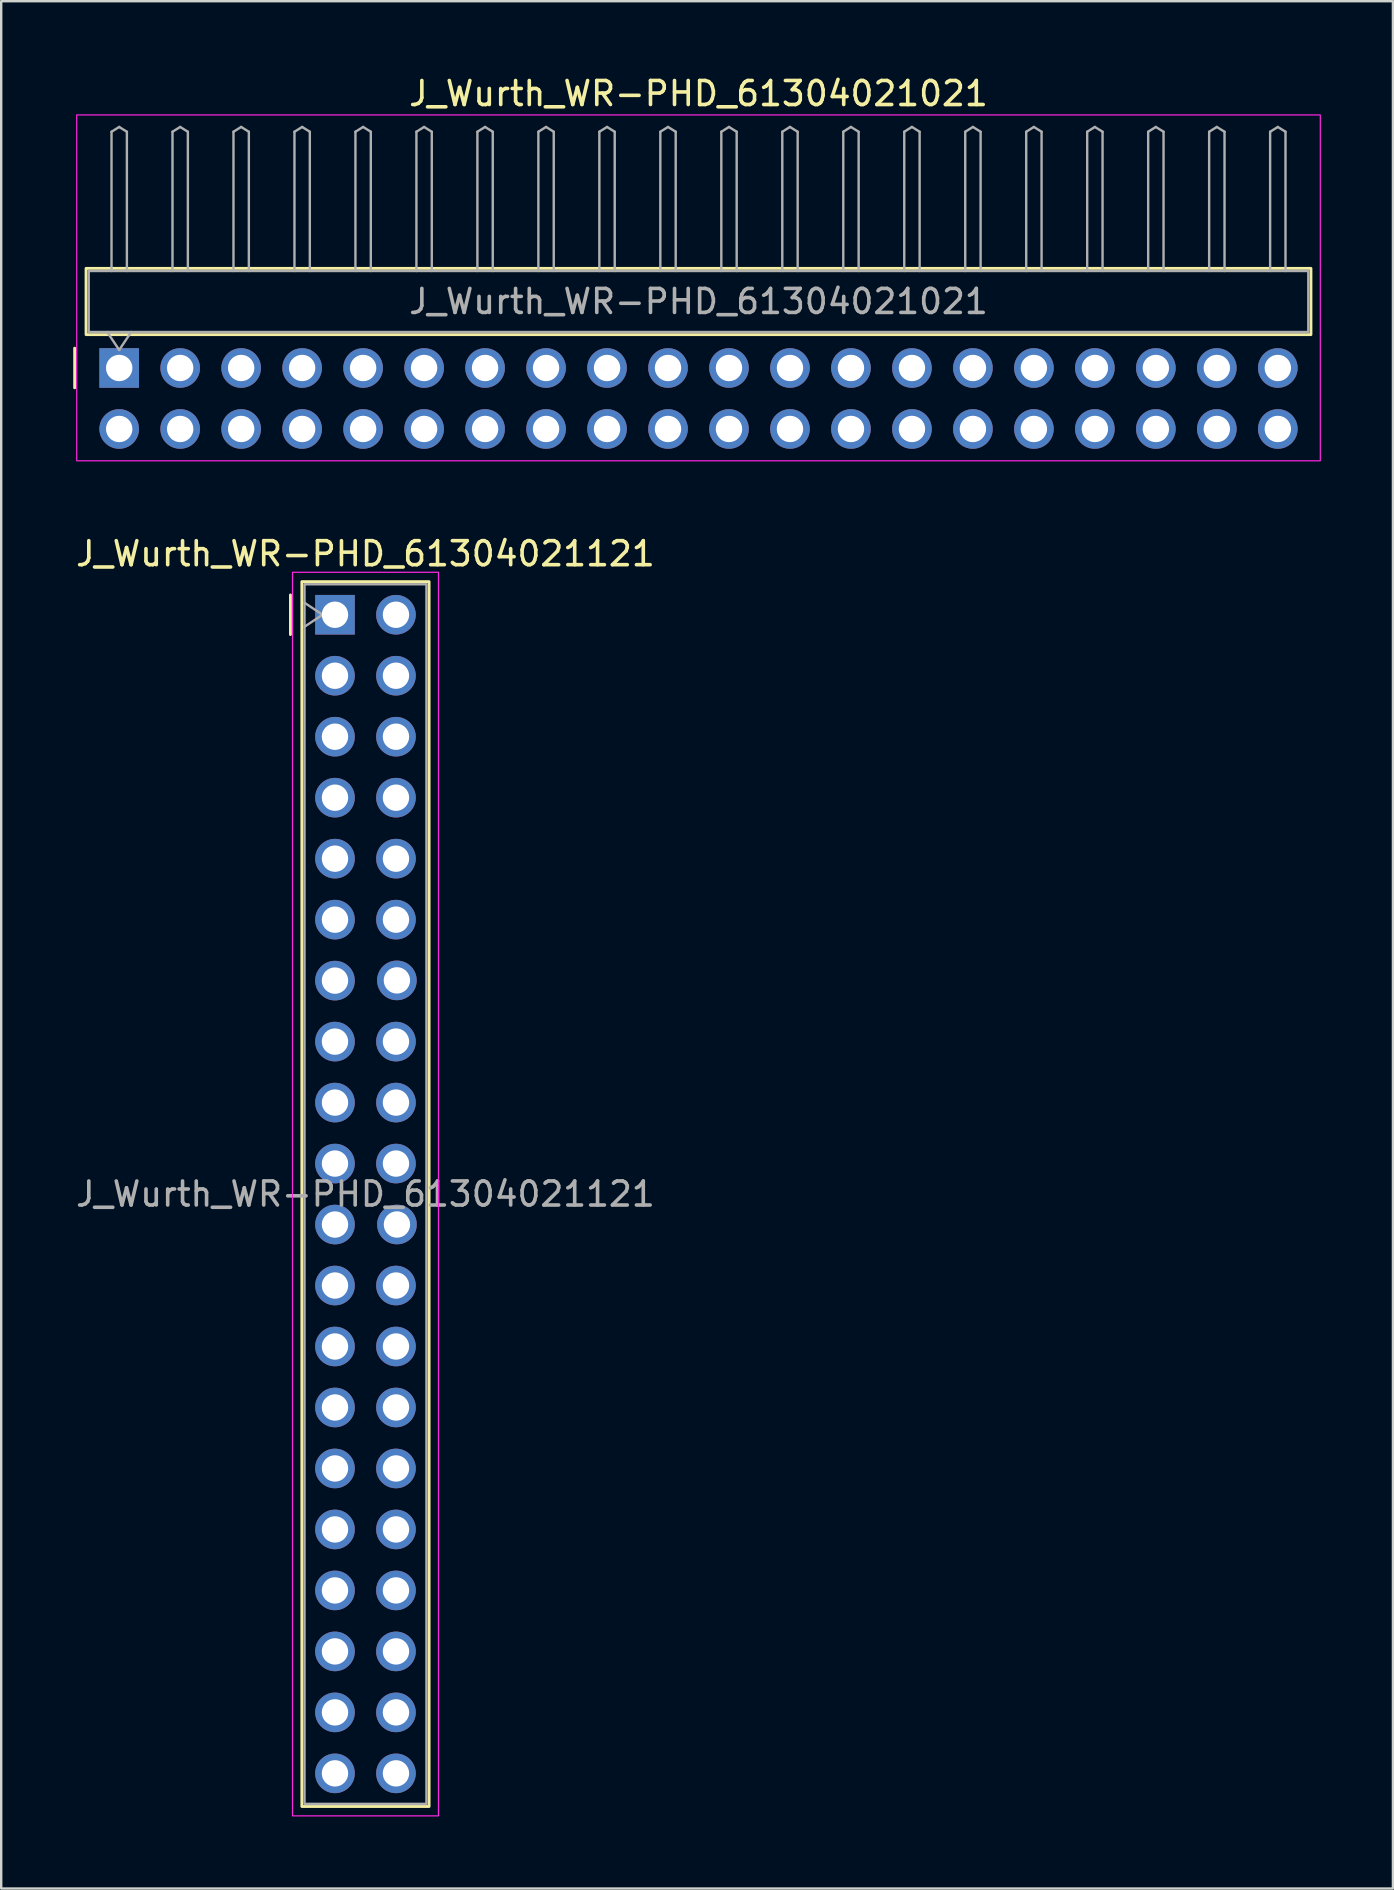
<source format=kicad_pcb>
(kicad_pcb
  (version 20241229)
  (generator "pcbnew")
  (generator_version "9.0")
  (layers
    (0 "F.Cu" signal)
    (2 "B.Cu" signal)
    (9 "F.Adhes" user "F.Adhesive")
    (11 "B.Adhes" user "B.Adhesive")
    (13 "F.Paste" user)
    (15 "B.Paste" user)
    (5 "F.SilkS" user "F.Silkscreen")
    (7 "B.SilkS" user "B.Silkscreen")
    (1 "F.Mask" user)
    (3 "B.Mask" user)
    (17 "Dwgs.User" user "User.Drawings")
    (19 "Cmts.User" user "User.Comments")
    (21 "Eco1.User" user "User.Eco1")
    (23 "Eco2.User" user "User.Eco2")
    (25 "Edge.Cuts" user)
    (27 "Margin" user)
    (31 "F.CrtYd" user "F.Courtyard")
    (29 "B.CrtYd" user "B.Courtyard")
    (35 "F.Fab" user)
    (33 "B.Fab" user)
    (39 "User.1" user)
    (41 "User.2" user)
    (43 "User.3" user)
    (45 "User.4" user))
  (footprint "J_Wurth_WR-PHD_61304021121"
    (layer "F.Cu")
    (at 10.903 22.556)
    (property "Reference" "J_Wurth_WR-PHD_61304021121" (at 1.27 -2.54 0) (unlocked yes) (layer "F.SilkS") (effects (font (size 1 1) (thickness 0.15))))
    (attr through_hole)
    (fp_line (start -1.855 -0.825) (end -1.855 0.825) (stroke (width 0.12) (type solid)) (layer "F.SilkS"))
    (fp_rect (start -1.38 -1.38) (end 3.92 49.64) (stroke (width 0.12) (type solid)) (fill no) (layer "F.SilkS"))
    (fp_rect (start -1.77 -1.77) (end 4.31 50.03) (stroke (width 0.05) (type solid)) (fill no) (layer "F.CrtYd"))
    (fp_line (start -1.27 -0.5) (end -0.52 0) (stroke (width 0.1) (type solid)) (layer "F.Fab"))
    (fp_line (start -0.52 0) (end -1.27 0.5) (stroke (width 0.1) (type solid)) (layer "F.Fab"))
    (fp_rect (start -1.27 -1.27) (end 3.81 49.53) (stroke (width 0.1) (type solid)) (fill no) (layer "F.Fab"))
    (fp_text user "${REFERENCE}" (at 1.27 24.13 0) (unlocked yes) (layer "F.Fab") (effects (font (size 1 1) (thickness 0.15))))
    (pad "1" thru_hole rect (at 0 0 270) (size 1.65 1.65) (drill 1.1) (layers "*.Cu" "*.Mask"))
    (pad "2" thru_hole circle (at 2.54 0 270) (size 1.65 1.65) (drill 1.1) (layers "*.Cu" "*.Mask"))
    (pad "3" thru_hole circle (at 0 2.54 270) (size 1.65 1.65) (drill 1.1) (layers "*.Cu" "*.Mask"))
    (pad "4" thru_hole circle (at 2.54 2.54 270) (size 1.65 1.65) (drill 1.1) (layers "*.Cu" "*.Mask"))
    (pad "5" thru_hole circle (at 0 5.08 270) (size 1.65 1.65) (drill 1.1) (layers "*.Cu" "*.Mask"))
    (pad "6" thru_hole circle (at 2.54 5.08 270) (size 1.65 1.65) (drill 1.1) (layers "*.Cu" "*.Mask"))
    (pad "7" thru_hole circle (at 0 7.62 270) (size 1.65 1.65) (drill 1.1) (layers "*.Cu" "*.Mask"))
    (pad "8" thru_hole circle (at 2.54 7.62 270) (size 1.65 1.65) (drill 1.1) (layers "*.Cu" "*.Mask"))
    (pad "9" thru_hole circle (at 0 10.16 270) (size 1.65 1.65) (drill 1.1) (layers "*.Cu" "*.Mask"))
    (pad "10" thru_hole circle (at 2.54 10.16 270) (size 1.65 1.65) (drill 1.1) (layers "*.Cu" "*.Mask"))
    (pad "11" thru_hole circle (at 0 12.7 270) (size 1.65 1.65) (drill 1.1) (layers "*.Cu" "*.Mask"))
    (pad "12" thru_hole circle (at 2.54 12.7 270) (size 1.65 1.65) (drill 1.1) (layers "*.Cu" "*.Mask"))
    (pad "13" thru_hole circle (at 0 15.24 270) (size 1.65 1.65) (drill 1.1) (layers "*.Cu" "*.Mask"))
    (pad "14" thru_hole circle (at 2.579 15.23 270) (size 1.65 1.65) (drill 1.1) (layers "*.Cu" "*.Mask"))
    (pad "15" thru_hole circle (at 0 17.78 270) (size 1.65 1.65) (drill 1.1) (layers "*.Cu" "*.Mask"))
    (pad "16" thru_hole circle (at 2.54 17.78 270) (size 1.65 1.65) (drill 1.1) (layers "*.Cu" "*.Mask"))
    (pad "17" thru_hole circle (at 0 20.32 270) (size 1.65 1.65) (drill 1.1) (layers "*.Cu" "*.Mask"))
    (pad "18" thru_hole circle (at 2.54 20.32 270) (size 1.65 1.65) (drill 1.1) (layers "*.Cu" "*.Mask"))
    (pad "19" thru_hole circle (at 0 22.86 270) (size 1.65 1.65) (drill 1.1) (layers "*.Cu" "*.Mask"))
    (pad "20" thru_hole circle (at 2.54 22.86 270) (size 1.65 1.65) (drill 1.1) (layers "*.Cu" "*.Mask"))
    (pad "21" thru_hole circle (at 0 25.4 270) (size 1.65 1.65) (drill 1.1) (layers "*.Cu" "*.Mask"))
    (pad "22" thru_hole circle (at 2.581 25.398 270) (size 1.65 1.65) (drill 1.1) (layers "*.Cu" "*.Mask"))
    (pad "23" thru_hole circle (at 0 27.94 270) (size 1.65 1.65) (drill 1.1) (layers "*.Cu" "*.Mask"))
    (pad "24" thru_hole circle (at 2.54 27.94 270) (size 1.65 1.65) (drill 1.1) (layers "*.Cu" "*.Mask"))
    (pad "25" thru_hole circle (at 0 30.48 270) (size 1.65 1.65) (drill 1.1) (layers "*.Cu" "*.Mask"))
    (pad "26" thru_hole circle (at 2.54 30.48 270) (size 1.65 1.65) (drill 1.1) (layers "*.Cu" "*.Mask"))
    (pad "27" thru_hole circle (at 0 33.02 270) (size 1.65 1.65) (drill 1.1) (layers "*.Cu" "*.Mask"))
    (pad "28" thru_hole circle (at 2.54 33.02 270) (size 1.65 1.65) (drill 1.1) (layers "*.Cu" "*.Mask"))
    (pad "29" thru_hole circle (at 0 35.56 270) (size 1.65 1.65) (drill 1.1) (layers "*.Cu" "*.Mask"))
    (pad "30" thru_hole circle (at 2.54 35.56 270) (size 1.65 1.65) (drill 1.1) (layers "*.Cu" "*.Mask"))
    (pad "31" thru_hole circle (at 0 38.1 270) (size 1.65 1.65) (drill 1.1) (layers "*.Cu" "*.Mask"))
    (pad "32" thru_hole circle (at 2.54 38.1 270) (size 1.65 1.65) (drill 1.1) (layers "*.Cu" "*.Mask"))
    (pad "33" thru_hole circle (at 0 40.64 270) (size 1.65 1.65) (drill 1.1) (layers "*.Cu" "*.Mask"))
    (pad "34" thru_hole circle (at 2.54 40.64 270) (size 1.65 1.65) (drill 1.1) (layers "*.Cu" "*.Mask"))
    (pad "35" thru_hole circle (at 0 43.18 270) (size 1.65 1.65) (drill 1.1) (layers "*.Cu" "*.Mask"))
    (pad "36" thru_hole circle (at 2.54 43.18 270) (size 1.65 1.65) (drill 1.1) (layers "*.Cu" "*.Mask"))
    (pad "37" thru_hole circle (at 0 45.72 270) (size 1.65 1.65) (drill 1.1) (layers "*.Cu" "*.Mask"))
    (pad "38" thru_hole circle (at 2.54 45.72 270) (size 1.65 1.65) (drill 1.1) (layers "*.Cu" "*.Mask"))
    (pad "39" thru_hole circle (at 0 48.26 270) (size 1.65 1.65) (drill 1.1) (layers "*.Cu" "*.Mask"))
    (pad "40" thru_hole circle (at 2.54 48.26 270) (size 1.65 1.65) (drill 1.1) (layers "*.Cu" "*.Mask")))
  (footprint "J_Wurth_WR-PHD_61304021021"
    (layer "F.Cu")
    (at 1.915 12.278)
    (property "Reference" "J_Wurth_WR-PHD_61304021021" (at 24.13 -11.43 0) (unlocked yes) (layer "F.SilkS") (effects (font (size 1 1) (thickness 0.15))))
    (attr through_hole)
    (fp_line (start -1.855 -0.825) (end -1.855 0.825) (stroke (width 0.12) (type solid)) (layer "F.SilkS"))
    (fp_rect (start -1.38 -4.15) (end 49.64 -1.39) (stroke (width 0.12) (type solid)) (fill no) (layer "F.SilkS"))
    (fp_rect (start -1.77 -10.54) (end 50.03 3.865) (stroke (width 0.05) (type solid)) (fill no) (layer "F.CrtYd"))
    (fp_line (start -0.32 -9.84) (end -0.32 -4.04) (stroke (width 0.1) (type solid)) (layer "F.Fab"))
    (fp_line (start 0 -10.04) (end -0.32 -9.84) (stroke (width 0.1) (type solid)) (layer "F.Fab"))
    (fp_line (start 0 -0.75) (end -0.5 -1.5) (stroke (width 0.1) (type solid)) (layer "F.Fab"))
    (fp_line (start 0 -0.75) (end 0.5 -1.5) (stroke (width 0.1) (type solid)) (layer "F.Fab"))
    (fp_line (start 0.32 -9.84) (end 0 -10.04) (stroke (width 0.1) (type default)) (layer "F.Fab"))
    (fp_line (start 0.32 -4.04) (end 0.32 -9.84) (stroke (width 0.1) (type solid)) (layer "F.Fab"))
    (fp_line (start 2.22 -9.84) (end 2.22 -4.04) (stroke (width 0.1) (type solid)) (layer "F.Fab"))
    (fp_line (start 2.54 -10.04) (end 2.22 -9.84) (stroke (width 0.1) (type solid)) (layer "F.Fab"))
    (fp_line (start 2.86 -9.84) (end 2.54 -10.04) (stroke (width 0.1) (type default)) (layer "F.Fab"))
    (fp_line (start 2.86 -4.04) (end 2.86 -9.84) (stroke (width 0.1) (type solid)) (layer "F.Fab"))
    (fp_line (start 4.76 -9.84) (end 4.76 -4.04) (stroke (width 0.1) (type solid)) (layer "F.Fab"))
    (fp_line (start 5.08 -10.04) (end 4.76 -9.84) (stroke (width 0.1) (type solid)) (layer "F.Fab"))
    (fp_line (start 5.4 -9.84) (end 5.08 -10.04) (stroke (width 0.1) (type default)) (layer "F.Fab"))
    (fp_line (start 5.4 -4.04) (end 5.4 -9.84) (stroke (width 0.1) (type solid)) (layer "F.Fab"))
    (fp_line (start 7.3 -9.84) (end 7.3 -4.04) (stroke (width 0.1) (type solid)) (layer "F.Fab"))
    (fp_line (start 7.62 -10.04) (end 7.3 -9.84) (stroke (width 0.1) (type solid)) (layer "F.Fab"))
    (fp_line (start 7.94 -9.84) (end 7.62 -10.04) (stroke (width 0.1) (type default)) (layer "F.Fab"))
    (fp_line (start 7.94 -4.04) (end 7.94 -9.84) (stroke (width 0.1) (type solid)) (layer "F.Fab"))
    (fp_line (start 9.84 -9.84) (end 9.84 -4.04) (stroke (width 0.1) (type solid)) (layer "F.Fab"))
    (fp_line (start 10.16 -10.04) (end 9.84 -9.84) (stroke (width 0.1) (type solid)) (layer "F.Fab"))
    (fp_line (start 10.48 -9.84) (end 10.16 -10.04) (stroke (width 0.1) (type solid)) (layer "F.Fab"))
    (fp_line (start 10.48 -4.04) (end 10.48 -9.84) (stroke (width 0.1) (type solid)) (layer "F.Fab"))
    (fp_line (start 12.38 -9.84) (end 12.38 -4.04) (stroke (width 0.1) (type solid)) (layer "F.Fab"))
    (fp_line (start 12.7 -10.04) (end 12.38 -9.84) (stroke (width 0.1) (type solid)) (layer "F.Fab"))
    (fp_line (start 13.02 -9.84) (end 12.7 -10.04) (stroke (width 0.1) (type solid)) (layer "F.Fab"))
    (fp_line (start 13.02 -4.04) (end 13.02 -9.84) (stroke (width 0.1) (type solid)) (layer "F.Fab"))
    (fp_line (start 14.92 -9.84) (end 14.92 -4.04) (stroke (width 0.1) (type solid)) (layer "F.Fab"))
    (fp_line (start 15.24 -10.04) (end 14.92 -9.84) (stroke (width 0.1) (type solid)) (layer "F.Fab"))
    (fp_line (start 15.56 -9.84) (end 15.24 -10.04) (stroke (width 0.1) (type solid)) (layer "F.Fab"))
    (fp_line (start 15.56 -4.04) (end 15.56 -9.84) (stroke (width 0.1) (type solid)) (layer "F.Fab"))
    (fp_line (start 17.46 -9.84) (end 17.46 -4.04) (stroke (width 0.1) (type solid)) (layer "F.Fab"))
    (fp_line (start 17.78 -10.04) (end 17.46 -9.84) (stroke (width 0.1) (type solid)) (layer "F.Fab"))
    (fp_line (start 17.78 -10.04) (end 18.1 -9.84) (stroke (width 0.1) (type solid)) (layer "F.Fab"))
    (fp_line (start 18.1 -4.04) (end 18.1 -9.84) (stroke (width 0.1) (type solid)) (layer "F.Fab"))
    (fp_line (start 20 -9.84) (end 20 -4.04) (stroke (width 0.1) (type solid)) (layer "F.Fab"))
    (fp_line (start 20.32 -10.04) (end 20 -9.84) (stroke (width 0.1) (type solid)) (layer "F.Fab"))
    (fp_line (start 20.32 -10.04) (end 20.64 -9.84) (stroke (width 0.1) (type solid)) (layer "F.Fab"))
    (fp_line (start 20.64 -4.04) (end 20.64 -9.84) (stroke (width 0.1) (type solid)) (layer "F.Fab"))
    (fp_line (start 22.54 -9.84) (end 22.54 -4.04) (stroke (width 0.1) (type solid)) (layer "F.Fab"))
    (fp_line (start 22.86 -10.04) (end 22.54 -9.84) (stroke (width 0.1) (type solid)) (layer "F.Fab"))
    (fp_line (start 22.86 -10.04) (end 23.18 -9.84) (stroke (width 0.1) (type solid)) (layer "F.Fab"))
    (fp_line (start 23.18 -4.04) (end 23.18 -9.84) (stroke (width 0.1) (type solid)) (layer "F.Fab"))
    (fp_line (start 25.08 -9.84) (end 25.08 -4.04) (stroke (width 0.1) (type solid)) (layer "F.Fab"))
    (fp_line (start 25.4 -10.04) (end 25.08 -9.84) (stroke (width 0.1) (type solid)) (layer "F.Fab"))
    (fp_line (start 25.4 -10.04) (end 25.72 -9.84) (stroke (width 0.1) (type solid)) (layer "F.Fab"))
    (fp_line (start 25.72 -4.04) (end 25.72 -9.84) (stroke (width 0.1) (type solid)) (layer "F.Fab"))
    (fp_line (start 27.62 -9.84) (end 27.62 -4.04) (stroke (width 0.1) (type solid)) (layer "F.Fab"))
    (fp_line (start 27.94 -10.04) (end 27.62 -9.84) (stroke (width 0.1) (type solid)) (layer "F.Fab"))
    (fp_line (start 27.94 -10.04) (end 28.26 -9.84) (stroke (width 0.1) (type solid)) (layer "F.Fab"))
    (fp_line (start 28.26 -4.04) (end 28.26 -9.84) (stroke (width 0.1) (type solid)) (layer "F.Fab"))
    (fp_line (start 30.16 -9.84) (end 30.16 -4.04) (stroke (width 0.1) (type solid)) (layer "F.Fab"))
    (fp_line (start 30.48 -10.04) (end 30.16 -9.84) (stroke (width 0.1) (type solid)) (layer "F.Fab"))
    (fp_line (start 30.48 -10.04) (end 30.8 -9.84) (stroke (width 0.1) (type solid)) (layer "F.Fab"))
    (fp_line (start 30.8 -4.04) (end 30.8 -9.84) (stroke (width 0.1) (type solid)) (layer "F.Fab"))
    (fp_line (start 32.7 -9.84) (end 32.7 -4.04) (stroke (width 0.1) (type solid)) (layer "F.Fab"))
    (fp_line (start 33.02 -10.04) (end 32.7 -9.84) (stroke (width 0.1) (type solid)) (layer "F.Fab"))
    (fp_line (start 33.02 -10.04) (end 33.34 -9.84) (stroke (width 0.1) (type solid)) (layer "F.Fab"))
    (fp_line (start 33.34 -4.04) (end 33.34 -9.84) (stroke (width 0.1) (type solid)) (layer "F.Fab"))
    (fp_line (start 35.24 -9.84) (end 35.24 -4.04) (stroke (width 0.1) (type solid)) (layer "F.Fab"))
    (fp_line (start 35.56 -10.04) (end 35.24 -9.84) (stroke (width 0.1) (type solid)) (layer "F.Fab"))
    (fp_line (start 35.56 -10.04) (end 35.88 -9.84) (stroke (width 0.1) (type solid)) (layer "F.Fab"))
    (fp_line (start 35.88 -4.04) (end 35.88 -9.84) (stroke (width 0.1) (type solid)) (layer "F.Fab"))
    (fp_line (start 37.78 -9.84) (end 37.78 -4.04) (stroke (width 0.1) (type solid)) (layer "F.Fab"))
    (fp_line (start 38.1 -10.04) (end 37.78 -9.84) (stroke (width 0.1) (type solid)) (layer "F.Fab"))
    (fp_line (start 38.1 -10.04) (end 38.42 -9.84) (stroke (width 0.1) (type solid)) (layer "F.Fab"))
    (fp_line (start 38.42 -4.04) (end 38.42 -9.84) (stroke (width 0.1) (type solid)) (layer "F.Fab"))
    (fp_line (start 40.32 -9.84) (end 40.32 -4.04) (stroke (width 0.1) (type solid)) (layer "F.Fab"))
    (fp_line (start 40.64 -10.04) (end 40.32 -9.84) (stroke (width 0.1) (type solid)) (layer "F.Fab"))
    (fp_line (start 40.64 -10.04) (end 40.96 -9.84) (stroke (width 0.1) (type solid)) (layer "F.Fab"))
    (fp_line (start 40.96 -4.04) (end 40.96 -9.84) (stroke (width 0.1) (type solid)) (layer "F.Fab"))
    (fp_line (start 42.86 -9.84) (end 42.86 -4.04) (stroke (width 0.1) (type solid)) (layer "F.Fab"))
    (fp_line (start 43.18 -10.04) (end 42.86 -9.84) (stroke (width 0.1) (type solid)) (layer "F.Fab"))
    (fp_line (start 43.18 -10.04) (end 43.5 -9.84) (stroke (width 0.1) (type solid)) (layer "F.Fab"))
    (fp_line (start 43.5 -4.04) (end 43.5 -9.84) (stroke (width 0.1) (type solid)) (layer "F.Fab"))
    (fp_line (start 45.4 -9.84) (end 45.4 -4.04) (stroke (width 0.1) (type solid)) (layer "F.Fab"))
    (fp_line (start 45.72 -10.04) (end 45.4 -9.84) (stroke (width 0.1) (type solid)) (layer "F.Fab"))
    (fp_line (start 45.72 -10.04) (end 46.04 -9.84) (stroke (width 0.1) (type solid)) (layer "F.Fab"))
    (fp_line (start 46.04 -4.04) (end 46.04 -9.84) (stroke (width 0.1) (type solid)) (layer "F.Fab"))
    (fp_line (start 47.94 -9.84) (end 47.94 -4.04) (stroke (width 0.1) (type solid)) (layer "F.Fab"))
    (fp_line (start 48.26 -10.04) (end 47.94 -9.84) (stroke (width 0.1) (type solid)) (layer "F.Fab"))
    (fp_line (start 48.58 -9.84) (end 48.26 -10.04) (stroke (width 0.1) (type solid)) (layer "F.Fab"))
    (fp_line (start 48.58 -4.04) (end 48.58 -9.84) (stroke (width 0.1) (type solid)) (layer "F.Fab"))
    (fp_rect (start -1.27 -4.04) (end 49.53 -1.5) (stroke (width 0.1) (type solid)) (fill no) (layer "F.Fab"))
    (fp_text user "${REFERENCE}" (at 24.13 -2.77 0) (unlocked yes) (layer "F.Fab") (effects (font (size 1 1) (thickness 0.15))))
    (pad "1" thru_hole rect (at 0 0 180) (size 1.65 1.65) (drill 1.1) (layers "*.Cu" "*.Mask"))
    (pad "2" thru_hole circle (at 0 2.54 180) (size 1.65 1.65) (drill 1.1) (layers "*.Cu" "*.Mask"))
    (pad "3" thru_hole circle (at 2.54 0 180) (size 1.65 1.65) (drill 1.1) (layers "*.Cu" "*.Mask"))
    (pad "4" thru_hole circle (at 2.54 2.54 180) (size 1.65 1.65) (drill 1.1) (layers "*.Cu" "*.Mask"))
    (pad "5" thru_hole circle (at 5.08 0 180) (size 1.65 1.65) (drill 1.1) (layers "*.Cu" "*.Mask"))
    (pad "6" thru_hole circle (at 5.08 2.54 180) (size 1.65 1.65) (drill 1.1) (layers "*.Cu" "*.Mask"))
    (pad "7" thru_hole circle (at 7.62 0 180) (size 1.65 1.65) (drill 1.1) (layers "*.Cu" "*.Mask"))
    (pad "8" thru_hole circle (at 7.62 2.54 180) (size 1.65 1.65) (drill 1.1) (layers "*.Cu" "*.Mask"))
    (pad "9" thru_hole circle (at 10.16 0 180) (size 1.65 1.65) (drill 1.1) (layers "*.Cu" "*.Mask"))
    (pad "10" thru_hole circle (at 10.16 2.54 180) (size 1.65 1.65) (drill 1.1) (layers "*.Cu" "*.Mask"))
    (pad "11" thru_hole circle (at 12.7 0 180) (size 1.65 1.65) (drill 1.1) (layers "*.Cu" "*.Mask"))
    (pad "12" thru_hole circle (at 12.7 2.54 180) (size 1.65 1.65) (drill 1.1) (layers "*.Cu" "*.Mask"))
    (pad "13" thru_hole circle (at 15.24 0 180) (size 1.65 1.65) (drill 1.1) (layers "*.Cu" "*.Mask"))
    (pad "14" thru_hole circle (at 15.24 2.54 180) (size 1.65 1.65) (drill 1.1) (layers "*.Cu" "*.Mask"))
    (pad "15" thru_hole circle (at 17.78 0 180) (size 1.65 1.65) (drill 1.1) (layers "*.Cu" "*.Mask"))
    (pad "16" thru_hole circle (at 17.78 2.54 180) (size 1.65 1.65) (drill 1.1) (layers "*.Cu" "*.Mask"))
    (pad "17" thru_hole circle (at 20.32 0 180) (size 1.65 1.65) (drill 1.1) (layers "*.Cu" "*.Mask"))
    (pad "18" thru_hole circle (at 20.32 2.54 180) (size 1.65 1.65) (drill 1.1) (layers "*.Cu" "*.Mask"))
    (pad "19" thru_hole circle (at 22.86 0 180) (size 1.65 1.65) (drill 1.1) (layers "*.Cu" "*.Mask"))
    (pad "20" thru_hole circle (at 22.86 2.54 180) (size 1.65 1.65) (drill 1.1) (layers "*.Cu" "*.Mask"))
    (pad "21" thru_hole circle (at 25.4 0 180) (size 1.65 1.65) (drill 1.1) (layers "*.Cu" "*.Mask"))
    (pad "22" thru_hole circle (at 25.4 2.54 180) (size 1.65 1.65) (drill 1.1) (layers "*.Cu" "*.Mask"))
    (pad "23" thru_hole circle (at 27.94 0 180) (size 1.65 1.65) (drill 1.1) (layers "*.Cu" "*.Mask"))
    (pad "24" thru_hole circle (at 27.94 2.54 180) (size 1.65 1.65) (drill 1.1) (layers "*.Cu" "*.Mask"))
    (pad "25" thru_hole circle (at 30.48 0 180) (size 1.65 1.65) (drill 1.1) (layers "*.Cu" "*.Mask"))
    (pad "26" thru_hole circle (at 30.48 2.54 180) (size 1.65 1.65) (drill 1.1) (layers "*.Cu" "*.Mask"))
    (pad "27" thru_hole circle (at 33.02 0 180) (size 1.65 1.65) (drill 1.1) (layers "*.Cu" "*.Mask"))
    (pad "28" thru_hole circle (at 33.02 2.54 180) (size 1.65 1.65) (drill 1.1) (layers "*.Cu" "*.Mask"))
    (pad "29" thru_hole circle (at 35.56 0 180) (size 1.65 1.65) (drill 1.1) (layers "*.Cu" "*.Mask"))
    (pad "30" thru_hole circle (at 35.56 2.54 180) (size 1.65 1.65) (drill 1.1) (layers "*.Cu" "*.Mask"))
    (pad "31" thru_hole circle (at 38.1 0 180) (size 1.65 1.65) (drill 1.1) (layers "*.Cu" "*.Mask"))
    (pad "32" thru_hole circle (at 38.1 2.54 180) (size 1.65 1.65) (drill 1.1) (layers "*.Cu" "*.Mask"))
    (pad "33" thru_hole circle (at 40.64 0 180) (size 1.65 1.65) (drill 1.1) (layers "*.Cu" "*.Mask"))
    (pad "34" thru_hole circle (at 40.64 2.54 180) (size 1.65 1.65) (drill 1.1) (layers "*.Cu" "*.Mask"))
    (pad "35" thru_hole circle (at 43.18 0 180) (size 1.65 1.65) (drill 1.1) (layers "*.Cu" "*.Mask"))
    (pad "36" thru_hole circle (at 43.18 2.54 180) (size 1.65 1.65) (drill 1.1) (layers "*.Cu" "*.Mask"))
    (pad "37" thru_hole circle (at 45.72 0 180) (size 1.65 1.65) (drill 1.1) (layers "*.Cu" "*.Mask"))
    (pad "38" thru_hole circle (at 45.72 2.54 180) (size 1.65 1.65) (drill 1.1) (layers "*.Cu" "*.Mask"))
    (pad "39" thru_hole circle (at 48.26 0 180) (size 1.65 1.65) (drill 1.1) (layers "*.Cu" "*.Mask"))
    (pad "40" thru_hole circle (at 48.26 2.54 180) (size 1.65 1.65) (drill 1.1) (layers "*.Cu" "*.Mask")))
  (gr_rect
    (start -3 -3)
    (end 54.97 75.612)
    (stroke (width 0.1) (type default))
    (fill no)
    (layer "Edge.Cuts")))
</source>
